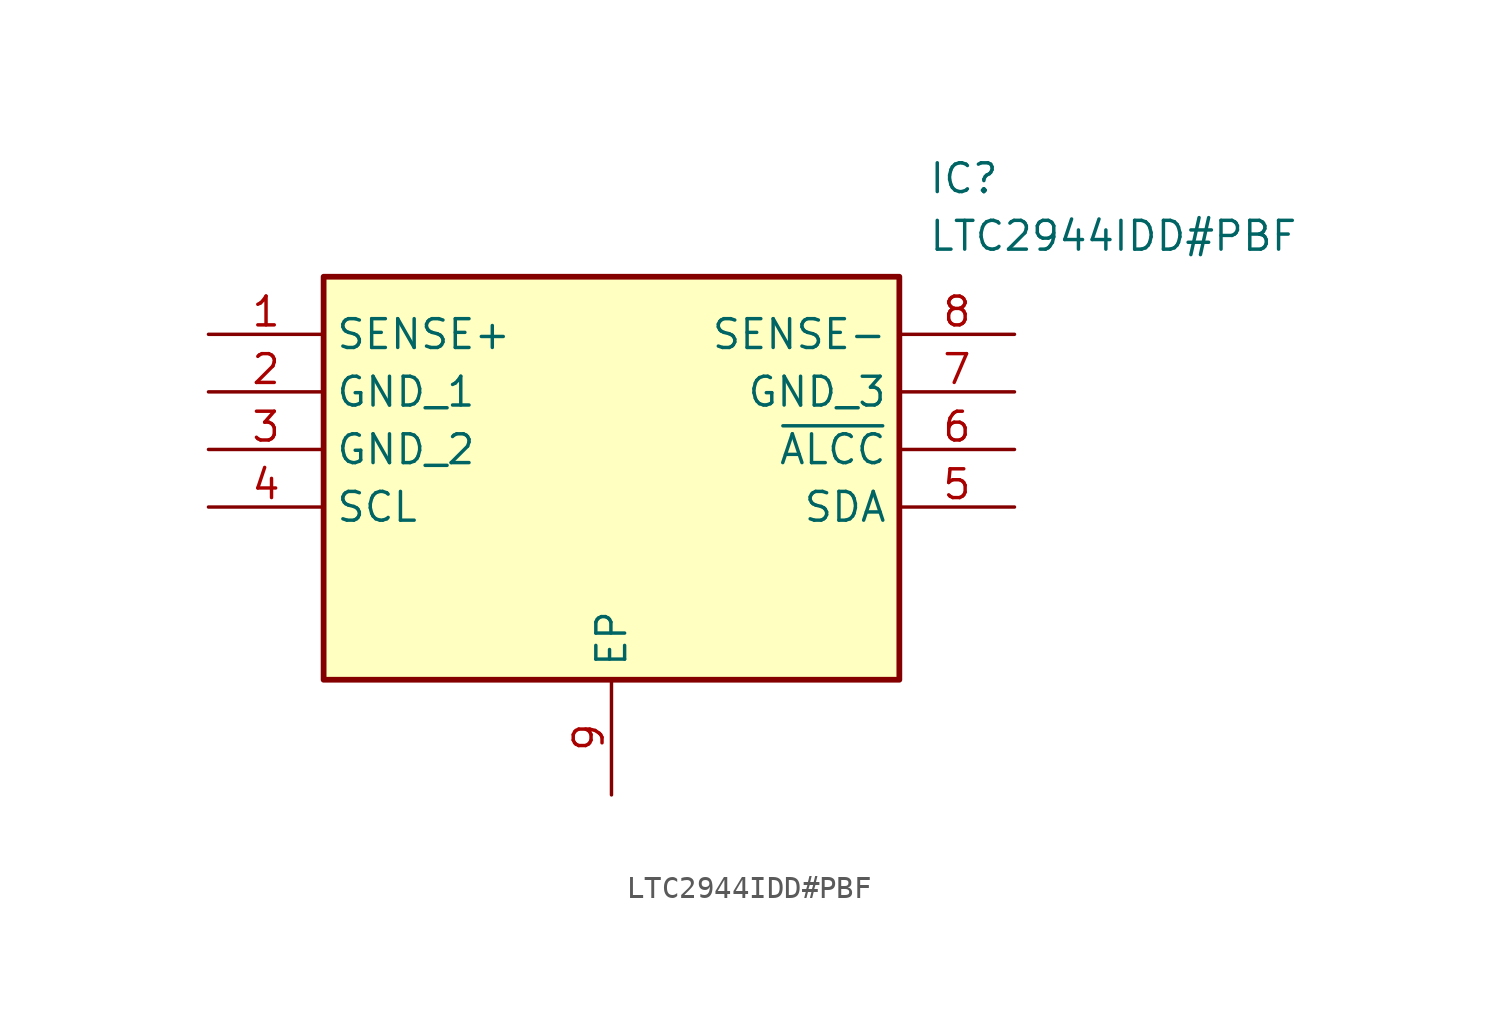
<source format=kicad_sym>
(kicad_symbol_lib
  (version 20211014)
  (generator SamacSys_ECAD_Model)
  (symbol "LTC2944IDD#PBF"
    (property "Reference" "IC"
      (at 31.75 7.62 0)
      (effects (font (size 1.27 1.27)) (justify left top)))
    (property "Value" "LTC2944IDD#PBF"
      (at 31.75 5.08 0)
      (effects (font (size 1.27 1.27)) (justify left top)))
    (rectangle
      (start 5.08 2.54)
      (end 30.48 -15.24)
      (stroke (width 0.254) (type default))
      (fill (type background)))
    (pin passive line
      (at 0 0 0)
      (length 5.08)
      (name "SENSE+" (effects (font (size 1.27 1.27))))
      (number "1" (effects (font (size 1.27 1.27)))))
    (pin passive line
      (at 0 -2.54 0)
      (length 5.08)
      (name "GND_1" (effects (font (size 1.27 1.27))))
      (number "2" (effects (font (size 1.27 1.27)))))
    (pin passive line
      (at 0 -5.08 0)
      (length 5.08)
      (name "GND_2" (effects (font (size 1.27 1.27))))
      (number "3" (effects (font (size 1.27 1.27)))))
    (pin passive line
      (at 0 -7.62 0)
      (length 5.08)
      (name "SCL" (effects (font (size 1.27 1.27))))
      (number "4" (effects (font (size 1.27 1.27)))))
    (pin passive line
      (at 17.78 -20.32 90)
      (length 5.08)
      (name "EP" (effects (font (size 1.27 1.27))))
      (number "9" (effects (font (size 1.27 1.27)))))
    (pin passive line
      (at 35.56 0 180)
      (length 5.08)
      (name "SENSE-" (effects (font (size 1.27 1.27))))
      (number "8" (effects (font (size 1.27 1.27)))))
    (pin passive line
      (at 35.56 -2.54 180)
      (length 5.08)
      (name "GND_3" (effects (font (size 1.27 1.27))))
      (number "7" (effects (font (size 1.27 1.27)))))
    (pin passive line
      (at 35.56 -5.08 180)
      (length 5.08)
      (name "~{ALCC}" (effects (font (size 1.27 1.27))))
      (number "6" (effects (font (size 1.27 1.27)))))
    (pin passive line
      (at 35.56 -7.62 180)
      (length 5.08)
      (name "SDA" (effects (font (size 1.27 1.27))))
      (number "5" (effects (font (size 1.27 1.27)))))))
</source>
